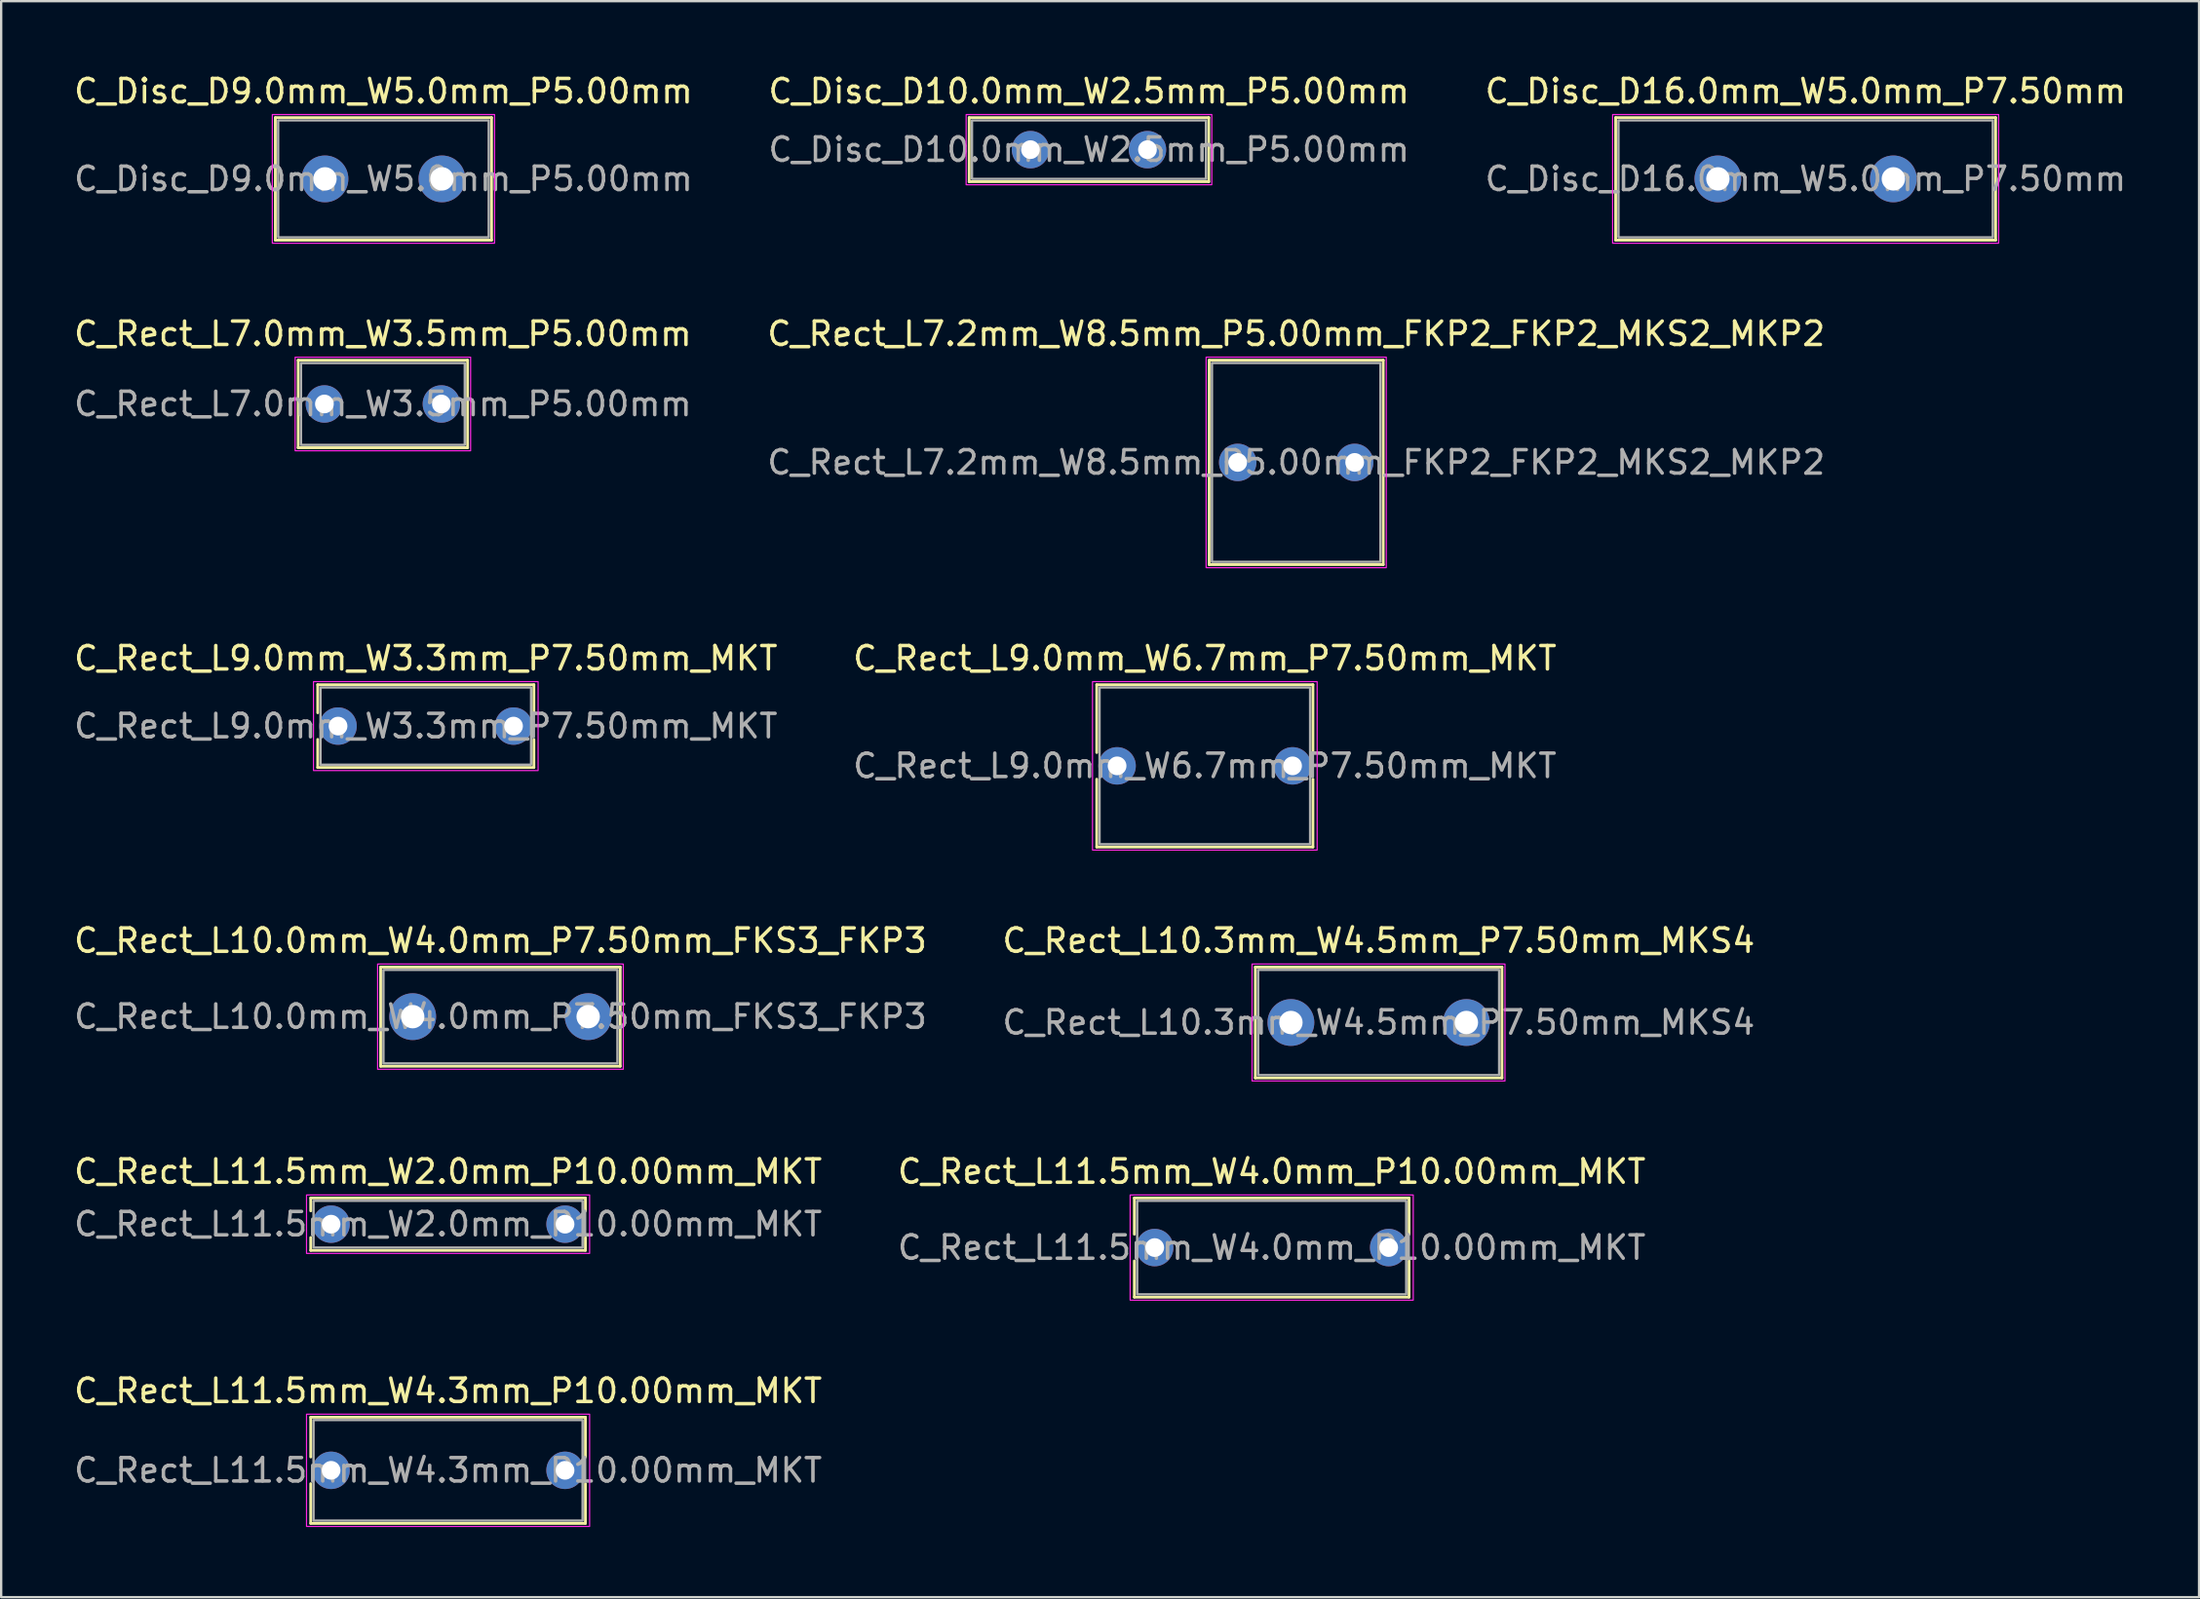
<source format=kicad_pcb>
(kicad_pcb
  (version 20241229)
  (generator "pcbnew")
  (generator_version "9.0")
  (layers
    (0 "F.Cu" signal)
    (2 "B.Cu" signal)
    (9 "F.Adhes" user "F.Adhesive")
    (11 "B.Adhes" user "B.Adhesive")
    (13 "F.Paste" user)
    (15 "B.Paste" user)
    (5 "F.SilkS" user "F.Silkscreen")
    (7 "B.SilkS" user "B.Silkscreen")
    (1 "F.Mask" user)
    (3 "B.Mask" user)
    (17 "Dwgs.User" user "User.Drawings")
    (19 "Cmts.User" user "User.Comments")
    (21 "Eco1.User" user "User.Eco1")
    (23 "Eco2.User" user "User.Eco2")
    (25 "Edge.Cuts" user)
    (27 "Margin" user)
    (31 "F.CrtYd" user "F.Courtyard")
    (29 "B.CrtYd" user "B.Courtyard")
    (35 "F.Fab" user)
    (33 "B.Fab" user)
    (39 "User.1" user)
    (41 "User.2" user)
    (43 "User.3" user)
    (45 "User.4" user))
  (footprint "C_Rect_L7.0mm_W3.5mm_P5.00mm"
    (layer "F.Cu")
    (at 10.815 14.222)
    (property "Reference" "C_Rect_L7.0mm_W3.5mm_P5.00mm" (at 2.5 -3 0) (layer "F.SilkS") (effects (font (size 1 1) (thickness 0.15))))
    (attr through_hole)
    (fp_line (start -1.12 -1.87) (end -1.12 1.87) (stroke (width 0.12) (type solid)) (layer "F.SilkS"))
    (fp_line (start -1.12 -1.87) (end 6.12 -1.87) (stroke (width 0.12) (type solid)) (layer "F.SilkS"))
    (fp_line (start -1.12 1.87) (end 6.12 1.87) (stroke (width 0.12) (type solid)) (layer "F.SilkS"))
    (fp_line (start 6.12 -1.87) (end 6.12 1.87) (stroke (width 0.12) (type solid)) (layer "F.SilkS"))
    (fp_rect (start -1.25 -2) (end 6.25 2) (stroke (width 0.05) (type solid)) (fill no) (layer "F.CrtYd"))
    (fp_rect (start -1 -1.75) (end 6 1.75) (stroke (width 0.1) (type solid)) (fill no) (layer "F.Fab"))
    (fp_text user "${REFERENCE}" (at 2.5 0 0) (layer "F.Fab") (effects (font (size 1 1) (thickness 0.15))))
    (pad "1" thru_hole circle (at 0 0) (size 1.6 1.6) (drill 0.8) (layers "*.Cu" "*.Mask"))
    (pad "2" thru_hole circle (at 5 0) (size 1.6 1.6) (drill 0.8) (layers "*.Cu" "*.Mask")))
  (footprint "C_Rect_L10.0mm_W4.0mm_P7.50mm_FKS3_FKP3"
    (layer "F.Cu")
    (at 14.589 40.418)
    (property "Reference" "C_Rect_L10.0mm_W4.0mm_P7.50mm_FKS3_FKP3" (at 3.75 -3.25 0) (layer "F.SilkS") (effects (font (size 1 1) (thickness 0.15))))
    (attr through_hole)
    (fp_line (start -1.37 -2.12) (end -1.37 2.12) (stroke (width 0.12) (type solid)) (layer "F.SilkS"))
    (fp_line (start -1.37 -2.12) (end 8.87 -2.12) (stroke (width 0.12) (type solid)) (layer "F.SilkS"))
    (fp_line (start -1.37 2.12) (end 8.87 2.12) (stroke (width 0.12) (type solid)) (layer "F.SilkS"))
    (fp_line (start 8.87 -2.12) (end 8.87 2.12) (stroke (width 0.12) (type solid)) (layer "F.SilkS"))
    (fp_rect (start -1.5 -2.25) (end 9 2.25) (stroke (width 0.05) (type solid)) (fill no) (layer "F.CrtYd"))
    (fp_rect (start -1.25 -2) (end 8.75 2) (stroke (width 0.1) (type solid)) (fill no) (layer "F.Fab"))
    (fp_text user "${REFERENCE}" (at 3.75 0 0) (layer "F.Fab") (effects (font (size 1 1) (thickness 0.15))))
    (pad "1" thru_hole circle (at 0 0) (size 2 2) (drill 1) (layers "*.Cu" "*.Mask"))
    (pad "2" thru_hole circle (at 7.5 0) (size 2 2) (drill 1) (layers "*.Cu" "*.Mask")))
  (footprint "C_Disc_D9.0mm_W5.0mm_P5.00mm"
    (layer "F.Cu")
    (at 10.839 4.598)
    (property "Reference" "C_Disc_D9.0mm_W5.0mm_P5.00mm" (at 2.5 -3.75 0) (layer "F.SilkS") (effects (font (size 1 1) (thickness 0.15))))
    (attr through_hole)
    (fp_line (start -2.12 -2.62) (end -2.12 2.62) (stroke (width 0.12) (type solid)) (layer "F.SilkS"))
    (fp_line (start -2.12 -2.62) (end 7.12 -2.62) (stroke (width 0.12) (type solid)) (layer "F.SilkS"))
    (fp_line (start -2.12 2.62) (end 7.12 2.62) (stroke (width 0.12) (type solid)) (layer "F.SilkS"))
    (fp_line (start 7.12 -2.62) (end 7.12 2.62) (stroke (width 0.12) (type solid)) (layer "F.SilkS"))
    (fp_rect (start -2.25 -2.75) (end 7.25 2.75) (stroke (width 0.05) (type solid)) (fill no) (layer "F.CrtYd"))
    (fp_rect (start -2 -2.5) (end 7 2.5) (stroke (width 0.1) (type solid)) (fill no) (layer "F.Fab"))
    (fp_text user "${REFERENCE}" (at 2.5 0 0) (layer "F.Fab") (effects (font (size 1 1) (thickness 0.15))))
    (pad "1" thru_hole circle (at 0 0) (size 2 2) (drill 1) (layers "*.Cu" "*.Mask"))
    (pad "2" thru_hole circle (at 5 0) (size 2 2) (drill 1) (layers "*.Cu" "*.Mask")))
  (footprint "C_Rect_L11.5mm_W4.0mm_P10.00mm_MKT"
    (layer "F.Cu")
    (at 46.304 50.291)
    (property "Reference" "C_Rect_L11.5mm_W4.0mm_P10.00mm_MKT" (at 5 -3.25 0) (layer "F.SilkS") (effects (font (size 1 1) (thickness 0.15))))
    (attr through_hole)
    (fp_line (start -0.87 -2.12) (end -0.87 -0.57) (stroke (width 0.12) (type solid)) (layer "F.SilkS"))
    (fp_line (start -0.87 -2.12) (end 10.87 -2.12) (stroke (width 0.12) (type solid)) (layer "F.SilkS"))
    (fp_line (start -0.87 0.57) (end -0.87 2.12) (stroke (width 0.12) (type solid)) (layer "F.SilkS"))
    (fp_line (start -0.87 2.12) (end 10.87 2.12) (stroke (width 0.12) (type solid)) (layer "F.SilkS"))
    (fp_line (start 10.87 -2.12) (end 10.87 -0.57) (stroke (width 0.12) (type solid)) (layer "F.SilkS"))
    (fp_line (start 10.87 0.57) (end 10.87 2.12) (stroke (width 0.12) (type solid)) (layer "F.SilkS"))
    (fp_rect (start -1.05 -2.25) (end 11.05 2.25) (stroke (width 0.05) (type solid)) (fill no) (layer "F.CrtYd"))
    (fp_rect (start -0.75 -2) (end 10.75 2) (stroke (width 0.1) (type solid)) (fill no) (layer "F.Fab"))
    (fp_text user "${REFERENCE}" (at 5 0 0) (layer "F.Fab") (effects (font (size 1 1) (thickness 0.15))))
    (pad "1" thru_hole circle (at 0 0) (size 1.6 1.6) (drill 0.8) (layers "*.Cu" "*.Mask"))
    (pad "2" thru_hole circle (at 10 0) (size 1.6 1.6) (drill 0.8) (layers "*.Cu" "*.Mask")))
  (footprint "C_Rect_L9.0mm_W3.3mm_P7.50mm_MKT"
    (layer "F.Cu")
    (at 11.399 27.995)
    (property "Reference" "C_Rect_L9.0mm_W3.3mm_P7.50mm_MKT" (at 3.75 -2.9 0) (layer "F.SilkS") (effects (font (size 1 1) (thickness 0.15))))
    (attr through_hole)
    (fp_line (start -0.87 -1.77) (end -0.87 -0.57) (stroke (width 0.12) (type solid)) (layer "F.SilkS"))
    (fp_line (start -0.87 -1.77) (end 8.37 -1.77) (stroke (width 0.12) (type solid)) (layer "F.SilkS"))
    (fp_line (start -0.87 0.57) (end -0.87 1.77) (stroke (width 0.12) (type solid)) (layer "F.SilkS"))
    (fp_line (start -0.87 1.77) (end 8.37 1.77) (stroke (width 0.12) (type solid)) (layer "F.SilkS"))
    (fp_line (start 8.37 -1.77) (end 8.37 -0.57) (stroke (width 0.12) (type solid)) (layer "F.SilkS"))
    (fp_line (start 8.37 0.57) (end 8.37 1.77) (stroke (width 0.12) (type solid)) (layer "F.SilkS"))
    (fp_rect (start -1.05 -1.9) (end 8.55 1.9) (stroke (width 0.05) (type solid)) (fill no) (layer "F.CrtYd"))
    (fp_rect (start -0.75 -1.65) (end 8.25 1.65) (stroke (width 0.1) (type solid)) (fill no) (layer "F.Fab"))
    (fp_text user "${REFERENCE}" (at 3.75 0 0) (layer "F.Fab") (effects (font (size 1 1) (thickness 0.15))))
    (pad "1" thru_hole circle (at 0 0) (size 1.6 1.6) (drill 0.8) (layers "*.Cu" "*.Mask"))
    (pad "2" thru_hole circle (at 7.5 0) (size 1.6 1.6) (drill 0.8) (layers "*.Cu" "*.Mask")))
  (footprint "C_Rect_L7.2mm_W8.5mm_P5.00mm_FKP2_FKP2_MKS2_MKP2"
    (layer "F.Cu")
    (at 49.851 16.721)
    (property "Reference" "C_Rect_L7.2mm_W8.5mm_P5.00mm_FKP2_FKP2_MKS2_MKP2" (at 2.5 -5.5 0) (layer "F.SilkS") (effects (font (size 1 1) (thickness 0.15))))
    (attr through_hole)
    (fp_line (start -1.22 -4.37) (end -1.22 4.37) (stroke (width 0.12) (type solid)) (layer "F.SilkS"))
    (fp_line (start -1.22 -4.37) (end 6.22 -4.37) (stroke (width 0.12) (type solid)) (layer "F.SilkS"))
    (fp_line (start -1.22 4.37) (end 6.22 4.37) (stroke (width 0.12) (type solid)) (layer "F.SilkS"))
    (fp_line (start 6.22 -4.37) (end 6.22 4.37) (stroke (width 0.12) (type solid)) (layer "F.SilkS"))
    (fp_rect (start -1.35 -4.5) (end 6.35 4.5) (stroke (width 0.05) (type solid)) (fill no) (layer "F.CrtYd"))
    (fp_rect (start -1.1 -4.25) (end 6.1 4.25) (stroke (width 0.1) (type solid)) (fill no) (layer "F.Fab"))
    (fp_text user "${REFERENCE}" (at 2.5 0 0) (layer "F.Fab") (effects (font (size 1 1) (thickness 0.15))))
    (pad "1" thru_hole circle (at 0 0) (size 1.6 1.6) (drill 0.8) (layers "*.Cu" "*.Mask"))
    (pad "2" thru_hole circle (at 5 0) (size 1.6 1.6) (drill 0.8) (layers "*.Cu" "*.Mask")))
  (footprint "C_Rect_L11.5mm_W2.0mm_P10.00mm_MKT"
    (layer "F.Cu")
    (at 11.101 49.291)
    (property "Reference" "C_Rect_L11.5mm_W2.0mm_P10.00mm_MKT" (at 5 -2.25 0) (layer "F.SilkS") (effects (font (size 1 1) (thickness 0.15))))
    (attr through_hole)
    (fp_line (start -0.87 -1.12) (end -0.87 -0.57) (stroke (width 0.12) (type solid)) (layer "F.SilkS"))
    (fp_line (start -0.87 -1.12) (end 10.87 -1.12) (stroke (width 0.12) (type solid)) (layer "F.SilkS"))
    (fp_line (start -0.87 0.57) (end -0.87 1.12) (stroke (width 0.12) (type solid)) (layer "F.SilkS"))
    (fp_line (start -0.87 1.12) (end 10.87 1.12) (stroke (width 0.12) (type solid)) (layer "F.SilkS"))
    (fp_line (start 10.87 -1.12) (end 10.87 -0.57) (stroke (width 0.12) (type solid)) (layer "F.SilkS"))
    (fp_line (start 10.87 0.57) (end 10.87 1.12) (stroke (width 0.12) (type solid)) (layer "F.SilkS"))
    (fp_rect (start -1.05 -1.25) (end 11.05 1.25) (stroke (width 0.05) (type solid)) (fill no) (layer "F.CrtYd"))
    (fp_rect (start -0.75 -1) (end 10.75 1) (stroke (width 0.1) (type solid)) (fill no) (layer "F.Fab"))
    (fp_text user "${REFERENCE}" (at 5 0 0) (layer "F.Fab") (effects (font (size 1 1) (thickness 0.15))))
    (pad "1" thru_hole circle (at 0 0) (size 1.6 1.6) (drill 0.8) (layers "*.Cu" "*.Mask"))
    (pad "2" thru_hole circle (at 10 0) (size 1.6 1.6) (drill 0.8) (layers "*.Cu" "*.Mask")))
  (footprint "C_Disc_D16.0mm_W5.0mm_P7.50mm"
    (layer "F.Cu")
    (at 70.375 4.598)
    (property "Reference" "C_Disc_D16.0mm_W5.0mm_P7.50mm" (at 3.75 -3.75 0) (layer "F.SilkS") (effects (font (size 1 1) (thickness 0.15))))
    (attr through_hole)
    (fp_line (start -4.37 -2.62) (end -4.37 2.62) (stroke (width 0.12) (type solid)) (layer "F.SilkS"))
    (fp_line (start -4.37 -2.62) (end 11.87 -2.62) (stroke (width 0.12) (type solid)) (layer "F.SilkS"))
    (fp_line (start -4.37 2.62) (end 11.87 2.62) (stroke (width 0.12) (type solid)) (layer "F.SilkS"))
    (fp_line (start 11.87 -2.62) (end 11.87 2.62) (stroke (width 0.12) (type solid)) (layer "F.SilkS"))
    (fp_rect (start -4.5 -2.75) (end 12 2.75) (stroke (width 0.05) (type solid)) (fill no) (layer "F.CrtYd"))
    (fp_rect (start -4.25 -2.5) (end 11.75 2.5) (stroke (width 0.1) (type solid)) (fill no) (layer "F.Fab"))
    (fp_text user "${REFERENCE}" (at 3.75 0 0) (layer "F.Fab") (effects (font (size 1 1) (thickness 0.15))))
    (pad "1" thru_hole circle (at 0 0) (size 2 2) (drill 1) (layers "*.Cu" "*.Mask"))
    (pad "2" thru_hole circle (at 7.5 0) (size 2 2) (drill 1) (layers "*.Cu" "*.Mask")))
  (footprint "C_Rect_L11.5mm_W4.3mm_P10.00mm_MKT"
    (layer "F.Cu")
    (at 11.101 59.815)
    (property "Reference" "C_Rect_L11.5mm_W4.3mm_P10.00mm_MKT" (at 5 -3.4 0) (layer "F.SilkS") (effects (font (size 1 1) (thickness 0.15))))
    (attr through_hole)
    (fp_line (start -0.87 -2.27) (end -0.87 -0.57) (stroke (width 0.12) (type solid)) (layer "F.SilkS"))
    (fp_line (start -0.87 -2.27) (end 10.87 -2.27) (stroke (width 0.12) (type solid)) (layer "F.SilkS"))
    (fp_line (start -0.87 0.57) (end -0.87 2.27) (stroke (width 0.12) (type solid)) (layer "F.SilkS"))
    (fp_line (start -0.87 2.27) (end 10.87 2.27) (stroke (width 0.12) (type solid)) (layer "F.SilkS"))
    (fp_line (start 10.87 -2.27) (end 10.87 -0.57) (stroke (width 0.12) (type solid)) (layer "F.SilkS"))
    (fp_line (start 10.87 0.57) (end 10.87 2.27) (stroke (width 0.12) (type solid)) (layer "F.SilkS"))
    (fp_rect (start -1.05 -2.4) (end 11.05 2.4) (stroke (width 0.05) (type solid)) (fill no) (layer "F.CrtYd"))
    (fp_rect (start -0.75 -2.15) (end 10.75 2.15) (stroke (width 0.1) (type solid)) (fill no) (layer "F.Fab"))
    (fp_text user "${REFERENCE}" (at 5 0 0) (layer "F.Fab") (effects (font (size 1 1) (thickness 0.15))))
    (pad "1" thru_hole circle (at 0 0) (size 1.6 1.6) (drill 0.8) (layers "*.Cu" "*.Mask"))
    (pad "2" thru_hole circle (at 10 0) (size 1.6 1.6) (drill 0.8) (layers "*.Cu" "*.Mask")))
  (footprint "C_Disc_D10.0mm_W2.5mm_P5.00mm"
    (layer "F.Cu")
    (at 40.994 3.348)
    (property "Reference" "C_Disc_D10.0mm_W2.5mm_P5.00mm" (at 2.5 -2.5 0) (layer "F.SilkS") (effects (font (size 1 1) (thickness 0.15))))
    (attr through_hole)
    (fp_line (start -2.62 -1.37) (end -2.62 1.37) (stroke (width 0.12) (type solid)) (layer "F.SilkS"))
    (fp_line (start -2.62 -1.37) (end 7.62 -1.37) (stroke (width 0.12) (type solid)) (layer "F.SilkS"))
    (fp_line (start -2.62 1.37) (end 7.62 1.37) (stroke (width 0.12) (type solid)) (layer "F.SilkS"))
    (fp_line (start 7.62 -1.37) (end 7.62 1.37) (stroke (width 0.12) (type solid)) (layer "F.SilkS"))
    (fp_rect (start -2.75 -1.5) (end 7.75 1.5) (stroke (width 0.05) (type solid)) (fill no) (layer "F.CrtYd"))
    (fp_rect (start -2.5 -1.25) (end 7.5 1.25) (stroke (width 0.1) (type solid)) (fill no) (layer "F.Fab"))
    (fp_text user "${REFERENCE}" (at 2.5 0 0) (layer "F.Fab") (effects (font (size 1 1) (thickness 0.15))))
    (pad "1" thru_hole circle (at 0 0) (size 1.6 1.6) (drill 0.8) (layers "*.Cu" "*.Mask"))
    (pad "2" thru_hole circle (at 5 0) (size 1.6 1.6) (drill 0.8) (layers "*.Cu" "*.Mask")))
  (footprint "C_Rect_L10.3mm_W4.5mm_P7.50mm_MKS4"
    (layer "F.Cu")
    (at 52.125 40.668)
    (property "Reference" "C_Rect_L10.3mm_W4.5mm_P7.50mm_MKS4" (at 3.75 -3.5 0) (layer "F.SilkS") (effects (font (size 1 1) (thickness 0.15))))
    (attr through_hole)
    (fp_line (start -1.52 -2.37) (end -1.52 2.37) (stroke (width 0.12) (type solid)) (layer "F.SilkS"))
    (fp_line (start -1.52 -2.37) (end 9.02 -2.37) (stroke (width 0.12) (type solid)) (layer "F.SilkS"))
    (fp_line (start -1.52 2.37) (end 9.02 2.37) (stroke (width 0.12) (type solid)) (layer "F.SilkS"))
    (fp_line (start 9.02 -2.37) (end 9.02 2.37) (stroke (width 0.12) (type solid)) (layer "F.SilkS"))
    (fp_rect (start -1.66 -2.5) (end 9.15 2.5) (stroke (width 0.05) (type solid)) (fill no) (layer "F.CrtYd"))
    (fp_rect (start -1.4 -2.25) (end 8.9 2.25) (stroke (width 0.1) (type solid)) (fill no) (layer "F.Fab"))
    (fp_text user "${REFERENCE}" (at 3.75 0 0) (layer "F.Fab") (effects (font (size 1 1) (thickness 0.15))))
    (pad "1" thru_hole circle (at 0 0) (size 2 2) (drill 1) (layers "*.Cu" "*.Mask"))
    (pad "2" thru_hole circle (at 7.5 0) (size 2 2) (drill 1) (layers "*.Cu" "*.Mask")))
  (footprint "C_Rect_L9.0mm_W6.7mm_P7.50mm_MKT"
    (layer "F.Cu")
    (at 44.696 29.695)
    (property "Reference" "C_Rect_L9.0mm_W6.7mm_P7.50mm_MKT" (at 3.75 -4.6 0) (layer "F.SilkS") (effects (font (size 1 1) (thickness 0.15))))
    (attr through_hole)
    (fp_line (start -0.87 -3.47) (end -0.87 -0.57) (stroke (width 0.12) (type solid)) (layer "F.SilkS"))
    (fp_line (start -0.87 -3.47) (end 8.37 -3.47) (stroke (width 0.12) (type solid)) (layer "F.SilkS"))
    (fp_line (start -0.87 0.57) (end -0.87 3.47) (stroke (width 0.12) (type solid)) (layer "F.SilkS"))
    (fp_line (start -0.87 3.47) (end 8.37 3.47) (stroke (width 0.12) (type solid)) (layer "F.SilkS"))
    (fp_line (start 8.37 -3.47) (end 8.37 -0.57) (stroke (width 0.12) (type solid)) (layer "F.SilkS"))
    (fp_line (start 8.37 0.57) (end 8.37 3.47) (stroke (width 0.12) (type solid)) (layer "F.SilkS"))
    (fp_rect (start -1.05 -3.6) (end 8.55 3.6) (stroke (width 0.05) (type solid)) (fill no) (layer "F.CrtYd"))
    (fp_rect (start -0.75 -3.35) (end 8.25 3.35) (stroke (width 0.1) (type solid)) (fill no) (layer "F.Fab"))
    (fp_text user "${REFERENCE}" (at 3.75 0 0) (layer "F.Fab") (effects (font (size 1 1) (thickness 0.15))))
    (pad "1" thru_hole circle (at 0 0) (size 1.6 1.6) (drill 0.8) (layers "*.Cu" "*.Mask"))
    (pad "2" thru_hole circle (at 7.5 0) (size 1.6 1.6) (drill 0.8) (layers "*.Cu" "*.Mask")))
  (gr_rect
    (start -3 -3)
    (end 90.94 65.24)
    (stroke (width 0.1) (type default))
    (fill no)
    (layer "Edge.Cuts")))
</source>
